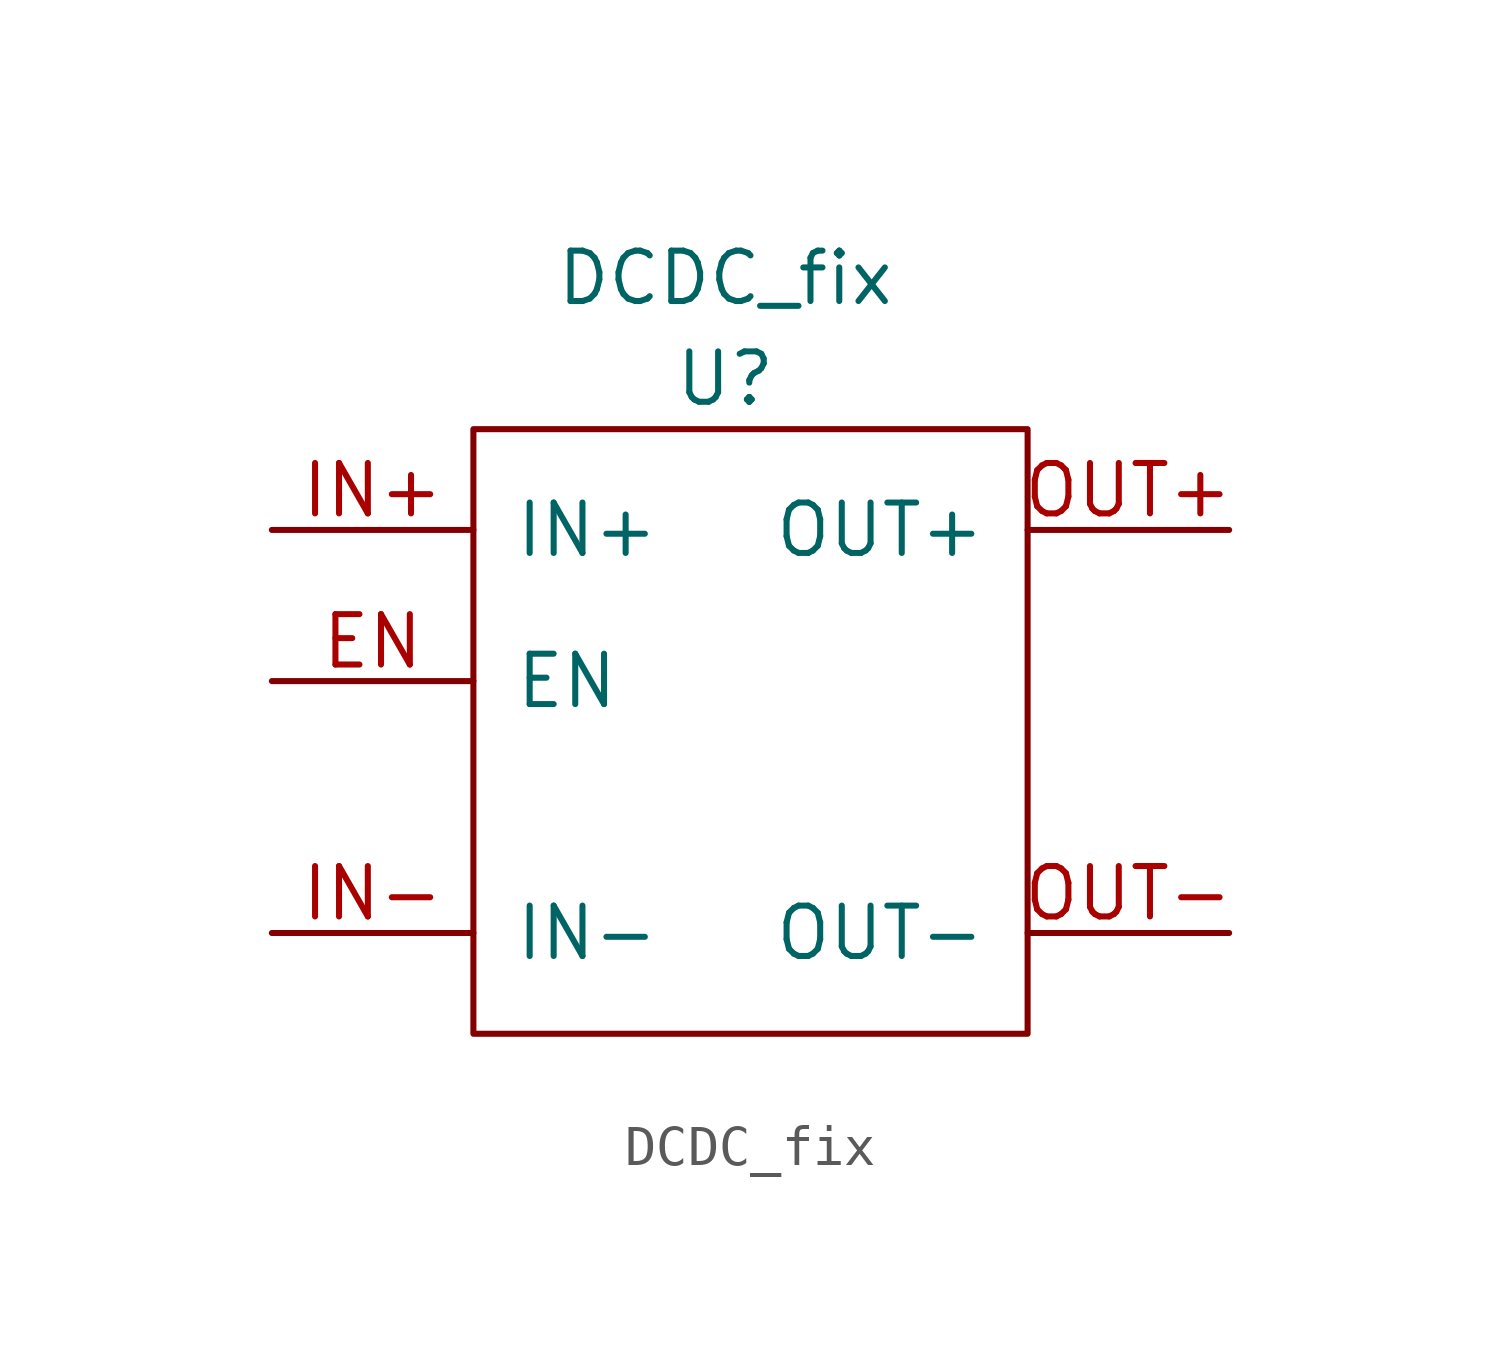
<source format=kicad_sym>
(kicad_symbol_lib
  (version 20211014)
  (generator kicad_symbol_editor)
  (symbol "DCDC_fix"
    (pin_names
      (offset 1.016))
    (property "Reference" "U"
      (at -1.27 8.89 0)
      (effects (font (size 1.27 1.27))))
    (property "Value" "DCDC_fix"
      (at -1.27 11.43 0)
      (effects (font (size 1.27 1.27))))
    (symbol "DCDC_fix_0_1"
      (rectangle (start -7.62 7.62) (end 6.35 -7.62) (stroke (width 0) (type default) (color 0 0 0 0)) (fill (type none))))
    (symbol "DCDC_fix_1_1"
      (pin input line (at -12.7 1.27 0) (length 5.08) (name "EN" (effects (font (size 1.27 1.27)))) (number "EN" (effects (font (size 1.27 1.27)))))
      (pin power_in line (at -12.7 5.08 0) (length 5.08) (name "IN+" (effects (font (size 1.27 1.27)))) (number "IN+" (effects (font (size 1.27 1.27)))))
      (pin power_in line (at -12.7 -5.08 0) (length 5.08) (name "IN-" (effects (font (size 1.27 1.27)))) (number "IN-" (effects (font (size 1.27 1.27)))))
      (pin power_out line (at 11.43 5.08 180) (length 5.08) (name "OUT+" (effects (font (size 1.27 1.27)))) (number "OUT+" (effects (font (size 1.27 1.27)))))
      (pin power_out line (at 11.43 -5.08 180) (length 5.08) (name "OUT-" (effects (font (size 1.27 1.27)))) (number "OUT-" (effects (font (size 1.27 1.27))))))))
</source>
